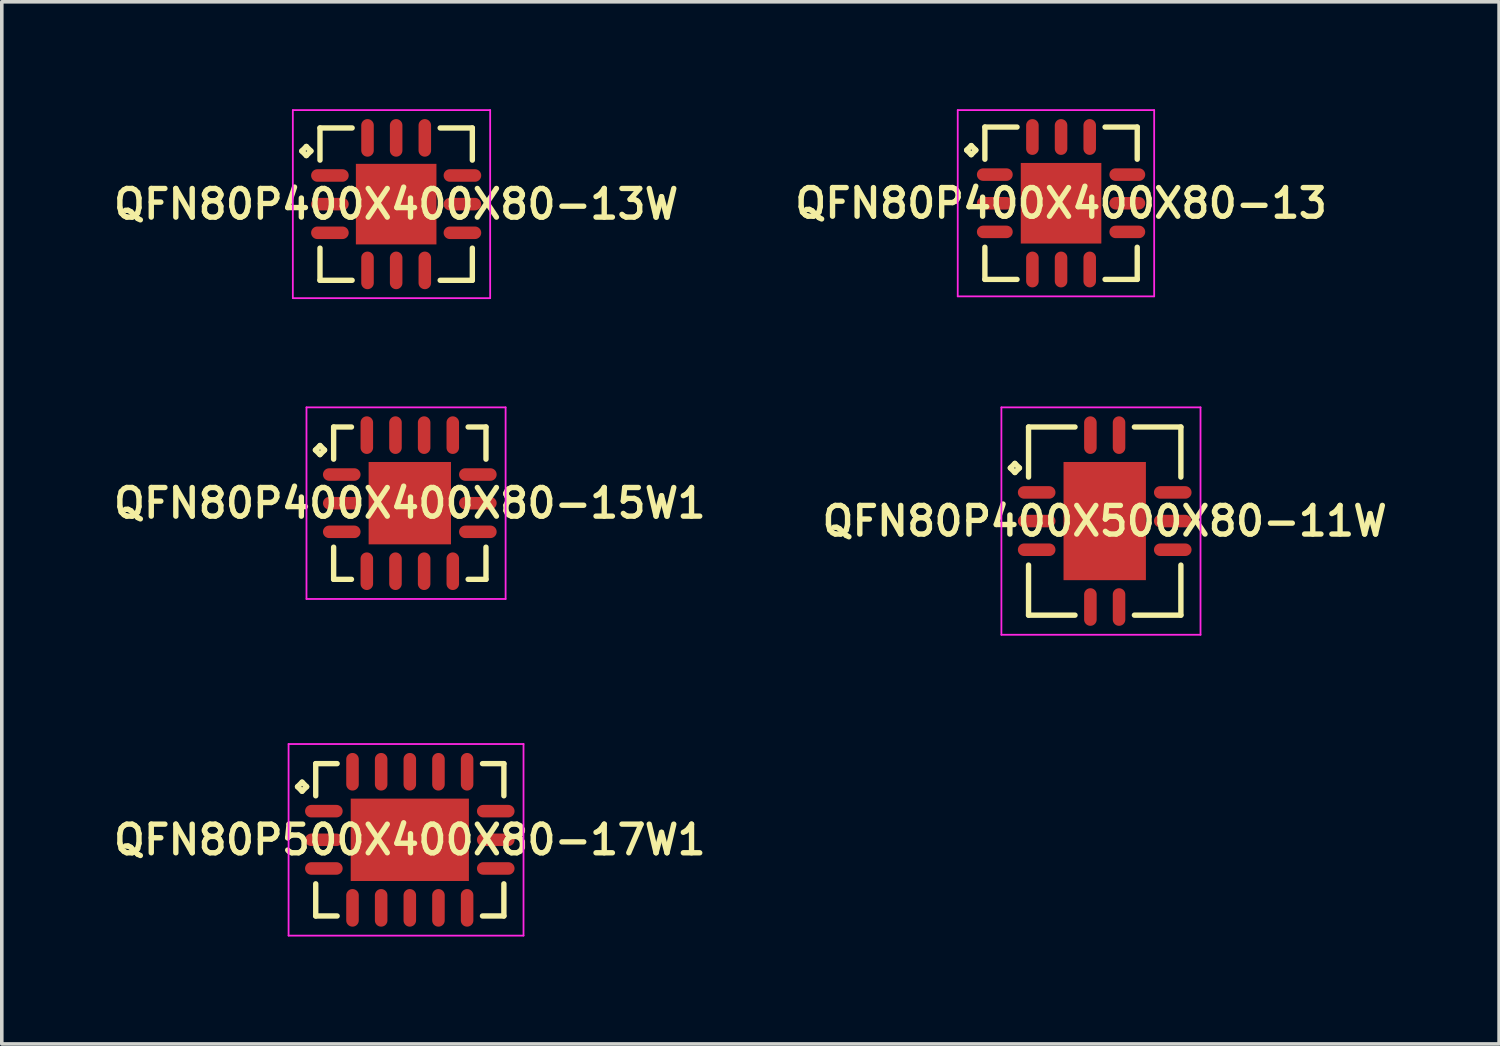
<source format=kicad_pcb>
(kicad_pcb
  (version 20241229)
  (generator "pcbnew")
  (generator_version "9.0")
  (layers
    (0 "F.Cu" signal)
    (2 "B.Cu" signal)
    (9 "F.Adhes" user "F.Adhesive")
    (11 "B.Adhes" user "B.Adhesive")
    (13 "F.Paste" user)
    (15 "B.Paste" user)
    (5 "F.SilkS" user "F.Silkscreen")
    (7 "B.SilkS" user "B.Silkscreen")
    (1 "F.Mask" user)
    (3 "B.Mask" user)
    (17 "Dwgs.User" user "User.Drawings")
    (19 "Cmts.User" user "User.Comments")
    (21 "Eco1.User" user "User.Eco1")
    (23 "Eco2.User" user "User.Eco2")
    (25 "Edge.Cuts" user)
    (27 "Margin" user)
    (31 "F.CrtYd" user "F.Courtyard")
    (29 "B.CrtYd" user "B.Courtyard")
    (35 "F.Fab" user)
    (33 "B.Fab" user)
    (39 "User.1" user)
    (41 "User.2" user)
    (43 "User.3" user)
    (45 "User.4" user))
  (footprint "QFN80P400X400X80-15W1"
    (layer "F.Cu")
    (at 8.393 11)
    (property "Reference" "QFN80P400X400X80-15W1" (at 0 0 0) (layer "F.SilkS") (effects (font (size 0.8 0.8) (thickness 0.15))))
    (attr smd)
    (fp_line (start -2.635 -1.483) (end -2.508 -1.61) (stroke (width 0.15) (type solid)) (layer "F.SilkS"))
    (fp_line (start -2.508 -1.61) (end -2.381 -1.483) (stroke (width 0.15) (type solid)) (layer "F.SilkS"))
    (fp_line (start -2.508 -1.356) (end -2.635 -1.483) (stroke (width 0.15) (type solid)) (layer "F.SilkS"))
    (fp_line (start -2.381 -1.483) (end -2.508 -1.356) (stroke (width 0.15) (type solid)) (layer "F.SilkS"))
    (fp_line (start -2.127 -2.127) (end -1.629 -2.127) (stroke (width 0.15) (type solid)) (layer "F.SilkS"))
    (fp_line (start -2.127 -1.229) (end -2.127 -2.127) (stroke (width 0.15) (type solid)) (layer "F.SilkS"))
    (fp_line (start -2.127 1.229) (end -2.127 2.127) (stroke (width 0.15) (type solid)) (layer "F.SilkS"))
    (fp_line (start -2.127 2.127) (end -1.629 2.127) (stroke (width 0.15) (type solid)) (layer "F.SilkS"))
    (fp_line (start 1.629 -2.127) (end 2.127 -2.127) (stroke (width 0.15) (type solid)) (layer "F.SilkS"))
    (fp_line (start 1.629 2.127) (end 2.127 2.127) (stroke (width 0.15) (type solid)) (layer "F.SilkS"))
    (fp_line (start 2.127 -2.127) (end 2.127 -1.229) (stroke (width 0.15) (type solid)) (layer "F.SilkS"))
    (fp_line (start 2.127 2.127) (end 2.127 1.229) (stroke (width 0.15) (type solid)) (layer "F.SilkS"))
    (fp_line (start -2.885 -2.675) (end 2.675 -2.675) (stroke (width 0.05) (type solid)) (layer "F.CrtYd"))
    (fp_line (start -2.885 2.675) (end -2.885 -2.675) (stroke (width 0.05) (type solid)) (layer "F.CrtYd"))
    (fp_line (start 2.675 -2.675) (end 2.675 2.675) (stroke (width 0.05) (type solid)) (layer "F.CrtYd"))
    (fp_line (start 2.675 2.675) (end -2.885 2.675) (stroke (width 0.05) (type solid)) (layer "F.CrtYd"))
    (pad "1" smd oval (at -1.9 -0.8) (size 1.05 0.35) (layers "F.Cu" "F.Mask" "F.Paste"))
    (pad "2" smd oval (at -1.9 0) (size 1.05 0.35) (layers "F.Cu" "F.Mask" "F.Paste"))
    (pad "3" smd oval (at -1.9 0.8) (size 1.05 0.35) (layers "F.Cu" "F.Mask" "F.Paste"))
    (pad "4" smd oval (at -1.2 1.9) (size 0.35 1.05) (layers "F.Cu" "F.Mask" "F.Paste"))
    (pad "5" smd oval (at -0.4 1.9) (size 0.35 1.05) (layers "F.Cu" "F.Mask" "F.Paste"))
    (pad "6" smd oval (at 0.4 1.9) (size 0.35 1.05) (layers "F.Cu" "F.Mask" "F.Paste"))
    (pad "7" smd oval (at 1.2 1.9) (size 0.35 1.05) (layers "F.Cu" "F.Mask" "F.Paste"))
    (pad "8" smd oval (at 1.9 0.8) (size 1.05 0.35) (layers "F.Cu" "F.Mask" "F.Paste"))
    (pad "9" smd oval (at 1.9 0) (size 1.05 0.35) (layers "F.Cu" "F.Mask" "F.Paste"))
    (pad "10" smd oval (at 1.9 -0.8) (size 1.05 0.35) (layers "F.Cu" "F.Mask" "F.Paste"))
    (pad "11" smd oval (at 1.2 -1.9) (size 0.35 1.05) (layers "F.Cu" "F.Mask" "F.Paste"))
    (pad "12" smd oval (at 0.4 -1.9) (size 0.35 1.05) (layers "F.Cu" "F.Mask" "F.Paste"))
    (pad "13" smd oval (at -0.4 -1.9) (size 0.35 1.05) (layers "F.Cu" "F.Mask" "F.Paste"))
    (pad "14" smd oval (at -1.2 -1.9) (size 0.35 1.05) (layers "F.Cu" "F.Mask" "F.Paste"))
    (pad "15" smd rect (at 0 0) (size 2.3 2.3) (layers "F.Cu" "F.Mask" "F.Paste")))
  (footprint "QFN80P400X400X80-13W"
    (layer "F.Cu")
    (at 8.012 2.65)
    (property "Reference" "QFN80P400X400X80-13W" (at 0 0 0) (layer "F.SilkS") (effects (font (size 0.8 0.8) (thickness 0.15))))
    (attr smd)
    (fp_line (start -2.635 -1.483) (end -2.508 -1.61) (stroke (width 0.15) (type solid)) (layer "F.SilkS"))
    (fp_line (start -2.508 -1.61) (end -2.381 -1.483) (stroke (width 0.15) (type solid)) (layer "F.SilkS"))
    (fp_line (start -2.508 -1.356) (end -2.635 -1.483) (stroke (width 0.15) (type solid)) (layer "F.SilkS"))
    (fp_line (start -2.381 -1.483) (end -2.508 -1.356) (stroke (width 0.15) (type solid)) (layer "F.SilkS"))
    (fp_line (start -2.127 -2.127) (end -1.229 -2.127) (stroke (width 0.15) (type solid)) (layer "F.SilkS"))
    (fp_line (start -2.127 -1.229) (end -2.127 -2.127) (stroke (width 0.15) (type solid)) (layer "F.SilkS"))
    (fp_line (start -2.127 1.229) (end -2.127 2.127) (stroke (width 0.15) (type solid)) (layer "F.SilkS"))
    (fp_line (start -2.127 2.127) (end -1.229 2.127) (stroke (width 0.15) (type solid)) (layer "F.SilkS"))
    (fp_line (start 1.229 -2.127) (end 2.127 -2.127) (stroke (width 0.15) (type solid)) (layer "F.SilkS"))
    (fp_line (start 1.229 2.127) (end 2.127 2.127) (stroke (width 0.15) (type solid)) (layer "F.SilkS"))
    (fp_line (start 2.127 -2.127) (end 2.127 -1.229) (stroke (width 0.15) (type solid)) (layer "F.SilkS"))
    (fp_line (start 2.127 2.127) (end 2.127 1.229) (stroke (width 0.15) (type solid)) (layer "F.SilkS"))
    (fp_line (start -2.885 -2.625) (end 2.625 -2.625) (stroke (width 0.05) (type solid)) (layer "F.CrtYd"))
    (fp_line (start -2.885 2.625) (end -2.885 -2.625) (stroke (width 0.05) (type solid)) (layer "F.CrtYd"))
    (fp_line (start 2.625 -2.625) (end 2.625 2.625) (stroke (width 0.05) (type solid)) (layer "F.CrtYd"))
    (fp_line (start 2.625 2.625) (end -2.885 2.625) (stroke (width 0.05) (type solid)) (layer "F.CrtYd"))
    (pad "1" smd oval (at -1.85 -0.8) (size 1.05 0.35) (layers "F.Cu" "F.Mask" "F.Paste"))
    (pad "2" smd oval (at -1.85 0) (size 1.05 0.35) (layers "F.Cu" "F.Mask" "F.Paste"))
    (pad "3" smd oval (at -1.85 0.8) (size 1.05 0.35) (layers "F.Cu" "F.Mask" "F.Paste"))
    (pad "4" smd oval (at -0.8 1.85) (size 0.35 1.05) (layers "F.Cu" "F.Mask" "F.Paste"))
    (pad "5" smd oval (at 0 1.85) (size 0.35 1.05) (layers "F.Cu" "F.Mask" "F.Paste"))
    (pad "6" smd oval (at 0.8 1.85) (size 0.35 1.05) (layers "F.Cu" "F.Mask" "F.Paste"))
    (pad "7" smd oval (at 1.85 0.8) (size 1.05 0.35) (layers "F.Cu" "F.Mask" "F.Paste"))
    (pad "8" smd oval (at 1.85 0) (size 1.05 0.35) (layers "F.Cu" "F.Mask" "F.Paste"))
    (pad "9" smd oval (at 1.85 -0.8) (size 1.05 0.35) (layers "F.Cu" "F.Mask" "F.Paste"))
    (pad "10" smd oval (at 0.8 -1.85) (size 0.35 1.05) (layers "F.Cu" "F.Mask" "F.Paste"))
    (pad "11" smd oval (at 0 -1.85) (size 0.35 1.05) (layers "F.Cu" "F.Mask" "F.Paste"))
    (pad "12" smd oval (at -0.8 -1.85) (size 0.35 1.05) (layers "F.Cu" "F.Mask" "F.Paste"))
    (pad "13" smd rect (at 0 0) (size 2.25 2.25) (layers "F.Cu" "F.Mask" "F.Paste")))
  (footprint "QFN80P400X400X80-13"
    (layer "F.Cu")
    (at 26.578 2.625)
    (property "Reference" "QFN80P400X400X80-13" (at 0 0 0) (layer "F.SilkS") (effects (font (size 0.8 0.8) (thickness 0.15))))
    (attr smd)
    (fp_line (start -2.635 -1.483) (end -2.508 -1.61) (stroke (width 0.15) (type solid)) (layer "F.SilkS"))
    (fp_line (start -2.508 -1.61) (end -2.381 -1.483) (stroke (width 0.15) (type solid)) (layer "F.SilkS"))
    (fp_line (start -2.508 -1.356) (end -2.635 -1.483) (stroke (width 0.15) (type solid)) (layer "F.SilkS"))
    (fp_line (start -2.381 -1.483) (end -2.508 -1.356) (stroke (width 0.15) (type solid)) (layer "F.SilkS"))
    (fp_line (start -2.127 -2.127) (end -1.229 -2.127) (stroke (width 0.15) (type solid)) (layer "F.SilkS"))
    (fp_line (start -2.127 -1.229) (end -2.127 -2.127) (stroke (width 0.15) (type solid)) (layer "F.SilkS"))
    (fp_line (start -2.127 1.229) (end -2.127 2.127) (stroke (width 0.15) (type solid)) (layer "F.SilkS"))
    (fp_line (start -2.127 2.127) (end -1.229 2.127) (stroke (width 0.15) (type solid)) (layer "F.SilkS"))
    (fp_line (start 1.229 -2.127) (end 2.127 -2.127) (stroke (width 0.15) (type solid)) (layer "F.SilkS"))
    (fp_line (start 1.229 2.127) (end 2.127 2.127) (stroke (width 0.15) (type solid)) (layer "F.SilkS"))
    (fp_line (start 2.127 -2.127) (end 2.127 -1.229) (stroke (width 0.15) (type solid)) (layer "F.SilkS"))
    (fp_line (start 2.127 2.127) (end 2.127 1.229) (stroke (width 0.15) (type solid)) (layer "F.SilkS"))
    (fp_line (start -2.885 -2.6) (end 2.6 -2.6) (stroke (width 0.05) (type solid)) (layer "F.CrtYd"))
    (fp_line (start -2.885 2.6) (end -2.885 -2.6) (stroke (width 0.05) (type solid)) (layer "F.CrtYd"))
    (fp_line (start 2.6 -2.6) (end 2.6 2.6) (stroke (width 0.05) (type solid)) (layer "F.CrtYd"))
    (fp_line (start 2.6 2.6) (end -2.885 2.6) (stroke (width 0.05) (type solid)) (layer "F.CrtYd"))
    (pad "1" smd oval (at -1.85 -0.8) (size 1 0.35) (layers "F.Cu" "F.Mask" "F.Paste"))
    (pad "2" smd oval (at -1.85 0) (size 1 0.35) (layers "F.Cu" "F.Mask" "F.Paste"))
    (pad "3" smd oval (at -1.85 0.8) (size 1 0.35) (layers "F.Cu" "F.Mask" "F.Paste"))
    (pad "4" smd oval (at -0.8 1.85) (size 0.35 1) (layers "F.Cu" "F.Mask" "F.Paste"))
    (pad "5" smd oval (at 0 1.85) (size 0.35 1) (layers "F.Cu" "F.Mask" "F.Paste"))
    (pad "6" smd oval (at 0.8 1.85) (size 0.35 1) (layers "F.Cu" "F.Mask" "F.Paste"))
    (pad "7" smd oval (at 1.85 0.8) (size 1 0.35) (layers "F.Cu" "F.Mask" "F.Paste"))
    (pad "8" smd oval (at 1.85 0) (size 1 0.35) (layers "F.Cu" "F.Mask" "F.Paste"))
    (pad "9" smd oval (at 1.85 -0.8) (size 1 0.35) (layers "F.Cu" "F.Mask" "F.Paste"))
    (pad "10" smd oval (at 0.8 -1.85) (size 0.35 1) (layers "F.Cu" "F.Mask" "F.Paste"))
    (pad "11" smd oval (at 0 -1.85) (size 0.35 1) (layers "F.Cu" "F.Mask" "F.Paste"))
    (pad "12" smd oval (at -0.8 -1.85) (size 0.35 1) (layers "F.Cu" "F.Mask" "F.Paste"))
    (pad "13" smd rect (at 0 0) (size 2.25 2.25) (layers "F.Cu" "F.Mask" "F.Paste")))
  (footprint "QFN80P500X400X80-17W1"
    (layer "F.Cu")
    (at 8.393 20.4)
    (property "Reference" "QFN80P500X400X80-17W1" (at 0 0 0) (layer "F.SilkS") (effects (font (size 0.8 0.8) (thickness 0.15))))
    (attr smd)
    (fp_line (start -3.135 -1.483) (end -3.008 -1.61) (stroke (width 0.15) (type solid)) (layer "F.SilkS"))
    (fp_line (start -3.008 -1.61) (end -2.881 -1.483) (stroke (width 0.15) (type solid)) (layer "F.SilkS"))
    (fp_line (start -3.008 -1.356) (end -3.135 -1.483) (stroke (width 0.15) (type solid)) (layer "F.SilkS"))
    (fp_line (start -2.881 -1.483) (end -3.008 -1.356) (stroke (width 0.15) (type solid)) (layer "F.SilkS"))
    (fp_line (start -2.627 -2.127) (end -2.029 -2.127) (stroke (width 0.15) (type solid)) (layer "F.SilkS"))
    (fp_line (start -2.627 -1.229) (end -2.627 -2.127) (stroke (width 0.15) (type solid)) (layer "F.SilkS"))
    (fp_line (start -2.627 1.229) (end -2.627 2.127) (stroke (width 0.15) (type solid)) (layer "F.SilkS"))
    (fp_line (start -2.627 2.127) (end -2.029 2.127) (stroke (width 0.15) (type solid)) (layer "F.SilkS"))
    (fp_line (start 2.029 -2.127) (end 2.627 -2.127) (stroke (width 0.15) (type solid)) (layer "F.SilkS"))
    (fp_line (start 2.029 2.127) (end 2.627 2.127) (stroke (width 0.15) (type solid)) (layer "F.SilkS"))
    (fp_line (start 2.627 -2.127) (end 2.627 -1.229) (stroke (width 0.15) (type solid)) (layer "F.SilkS"))
    (fp_line (start 2.627 2.127) (end 2.627 1.229) (stroke (width 0.15) (type solid)) (layer "F.SilkS"))
    (fp_line (start -3.385 -2.675) (end 3.175 -2.675) (stroke (width 0.05) (type solid)) (layer "F.CrtYd"))
    (fp_line (start -3.385 2.675) (end -3.385 -2.675) (stroke (width 0.05) (type solid)) (layer "F.CrtYd"))
    (fp_line (start 3.175 -2.675) (end 3.175 2.675) (stroke (width 0.05) (type solid)) (layer "F.CrtYd"))
    (fp_line (start 3.175 2.675) (end -3.385 2.675) (stroke (width 0.05) (type solid)) (layer "F.CrtYd"))
    (pad "1" smd oval (at -2.4 -0.8) (size 1.05 0.35) (layers "F.Cu" "F.Mask" "F.Paste"))
    (pad "2" smd oval (at -2.4 0) (size 1.05 0.35) (layers "F.Cu" "F.Mask" "F.Paste"))
    (pad "3" smd oval (at -2.4 0.8) (size 1.05 0.35) (layers "F.Cu" "F.Mask" "F.Paste"))
    (pad "4" smd oval (at -1.6 1.9) (size 0.35 1.05) (layers "F.Cu" "F.Mask" "F.Paste"))
    (pad "5" smd oval (at -0.8 1.9) (size 0.35 1.05) (layers "F.Cu" "F.Mask" "F.Paste"))
    (pad "6" smd oval (at 0 1.9) (size 0.35 1.05) (layers "F.Cu" "F.Mask" "F.Paste"))
    (pad "7" smd oval (at 0.8 1.9) (size 0.35 1.05) (layers "F.Cu" "F.Mask" "F.Paste"))
    (pad "8" smd oval (at 1.6 1.9) (size 0.35 1.05) (layers "F.Cu" "F.Mask" "F.Paste"))
    (pad "9" smd oval (at 2.4 0.8) (size 1.05 0.35) (layers "F.Cu" "F.Mask" "F.Paste"))
    (pad "10" smd oval (at 2.4 0) (size 1.05 0.35) (layers "F.Cu" "F.Mask" "F.Paste"))
    (pad "11" smd oval (at 2.4 -0.8) (size 1.05 0.35) (layers "F.Cu" "F.Mask" "F.Paste"))
    (pad "12" smd oval (at 1.6 -1.9) (size 0.35 1.05) (layers "F.Cu" "F.Mask" "F.Paste"))
    (pad "13" smd oval (at 0.8 -1.9) (size 0.35 1.05) (layers "F.Cu" "F.Mask" "F.Paste"))
    (pad "14" smd oval (at 0 -1.9) (size 0.35 1.05) (layers "F.Cu" "F.Mask" "F.Paste"))
    (pad "15" smd oval (at -0.8 -1.9) (size 0.35 1.05) (layers "F.Cu" "F.Mask" "F.Paste"))
    (pad "16" smd oval (at -1.6 -1.9) (size 0.35 1.05) (layers "F.Cu" "F.Mask" "F.Paste"))
    (pad "17" smd rect (at 0 0) (size 3.3 2.3) (layers "F.Cu" "F.Mask" "F.Paste")))
  (footprint "QFN80P400X500X80-11W"
    (layer "F.Cu")
    (at 27.797 11.5)
    (property "Reference" "QFN80P400X500X80-11W" (at 0 0 0) (layer "F.SilkS") (effects (font (size 0.8 0.8) (thickness 0.15))))
    (attr smd)
    (fp_line (start -2.635 -1.483) (end -2.508 -1.61) (stroke (width 0.15) (type solid)) (layer "F.SilkS"))
    (fp_line (start -2.508 -1.61) (end -2.381 -1.483) (stroke (width 0.15) (type solid)) (layer "F.SilkS"))
    (fp_line (start -2.508 -1.356) (end -2.635 -1.483) (stroke (width 0.15) (type solid)) (layer "F.SilkS"))
    (fp_line (start -2.381 -1.483) (end -2.508 -1.356) (stroke (width 0.15) (type solid)) (layer "F.SilkS"))
    (fp_line (start -2.127 -2.627) (end -0.829 -2.627) (stroke (width 0.15) (type solid)) (layer "F.SilkS"))
    (fp_line (start -2.127 -1.229) (end -2.127 -2.627) (stroke (width 0.15) (type solid)) (layer "F.SilkS"))
    (fp_line (start -2.127 1.229) (end -2.127 2.627) (stroke (width 0.15) (type solid)) (layer "F.SilkS"))
    (fp_line (start -2.127 2.627) (end -0.829 2.627) (stroke (width 0.15) (type solid)) (layer "F.SilkS"))
    (fp_line (start 0.829 -2.627) (end 2.127 -2.627) (stroke (width 0.15) (type solid)) (layer "F.SilkS"))
    (fp_line (start 0.829 2.627) (end 2.127 2.627) (stroke (width 0.15) (type solid)) (layer "F.SilkS"))
    (fp_line (start 2.127 -2.627) (end 2.127 -1.229) (stroke (width 0.15) (type solid)) (layer "F.SilkS"))
    (fp_line (start 2.127 2.627) (end 2.127 1.229) (stroke (width 0.15) (type solid)) (layer "F.SilkS"))
    (fp_line (start -2.885 -3.175) (end 2.675 -3.175) (stroke (width 0.05) (type solid)) (layer "F.CrtYd"))
    (fp_line (start -2.885 3.175) (end -2.885 -3.175) (stroke (width 0.05) (type solid)) (layer "F.CrtYd"))
    (fp_line (start 2.675 -3.175) (end 2.675 3.175) (stroke (width 0.05) (type solid)) (layer "F.CrtYd"))
    (fp_line (start 2.675 3.175) (end -2.885 3.175) (stroke (width 0.05) (type solid)) (layer "F.CrtYd"))
    (pad "1" smd oval (at -1.9 -0.8) (size 1.05 0.35) (layers "F.Cu" "F.Mask" "F.Paste"))
    (pad "2" smd oval (at -1.9 0) (size 1.05 0.35) (layers "F.Cu" "F.Mask" "F.Paste"))
    (pad "3" smd oval (at -1.9 0.8) (size 1.05 0.35) (layers "F.Cu" "F.Mask" "F.Paste"))
    (pad "4" smd oval (at -0.4 2.4) (size 0.35 1.05) (layers "F.Cu" "F.Mask" "F.Paste"))
    (pad "5" smd oval (at 0.4 2.4) (size 0.35 1.05) (layers "F.Cu" "F.Mask" "F.Paste"))
    (pad "6" smd oval (at 1.9 0.8) (size 1.05 0.35) (layers "F.Cu" "F.Mask" "F.Paste"))
    (pad "7" smd oval (at 1.9 0) (size 1.05 0.35) (layers "F.Cu" "F.Mask" "F.Paste"))
    (pad "8" smd oval (at 1.9 -0.8) (size 1.05 0.35) (layers "F.Cu" "F.Mask" "F.Paste"))
    (pad "9" smd oval (at 0.4 -2.4) (size 0.35 1.05) (layers "F.Cu" "F.Mask" "F.Paste"))
    (pad "10" smd oval (at -0.4 -2.4) (size 0.35 1.05) (layers "F.Cu" "F.Mask" "F.Paste"))
    (pad "11" smd rect (at 0 0) (size 2.3 3.3) (layers "F.Cu" "F.Mask" "F.Paste")))
  (gr_rect
    (start -3 -3)
    (end 38.809 26.1)
    (stroke (width 0.1) (type default))
    (fill no)
    (layer "Edge.Cuts")))
</source>
